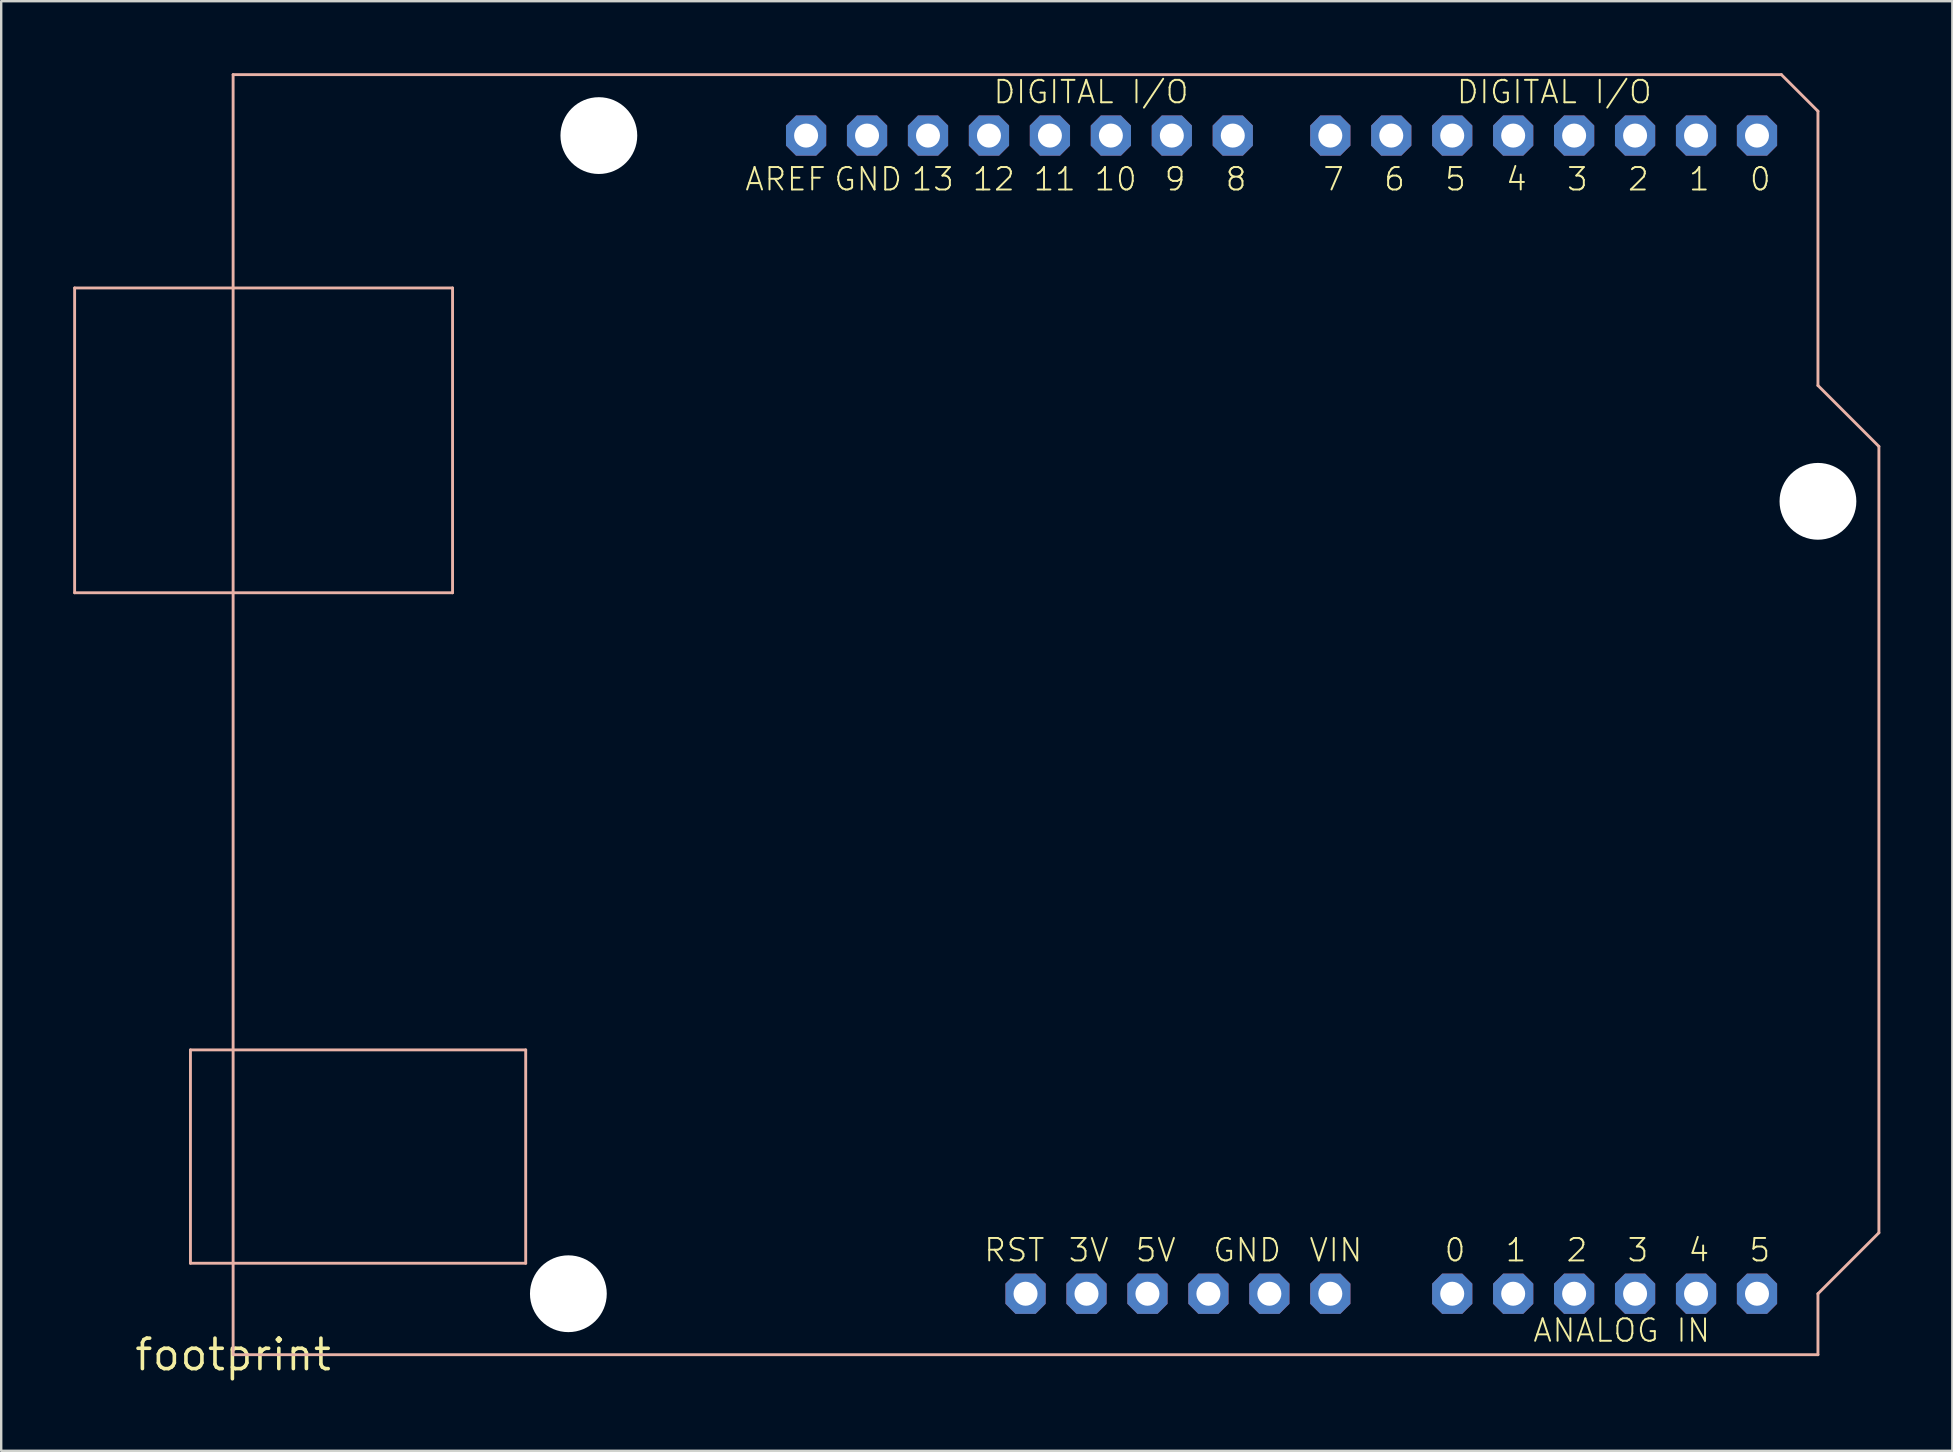
<source format=kicad_pcb>
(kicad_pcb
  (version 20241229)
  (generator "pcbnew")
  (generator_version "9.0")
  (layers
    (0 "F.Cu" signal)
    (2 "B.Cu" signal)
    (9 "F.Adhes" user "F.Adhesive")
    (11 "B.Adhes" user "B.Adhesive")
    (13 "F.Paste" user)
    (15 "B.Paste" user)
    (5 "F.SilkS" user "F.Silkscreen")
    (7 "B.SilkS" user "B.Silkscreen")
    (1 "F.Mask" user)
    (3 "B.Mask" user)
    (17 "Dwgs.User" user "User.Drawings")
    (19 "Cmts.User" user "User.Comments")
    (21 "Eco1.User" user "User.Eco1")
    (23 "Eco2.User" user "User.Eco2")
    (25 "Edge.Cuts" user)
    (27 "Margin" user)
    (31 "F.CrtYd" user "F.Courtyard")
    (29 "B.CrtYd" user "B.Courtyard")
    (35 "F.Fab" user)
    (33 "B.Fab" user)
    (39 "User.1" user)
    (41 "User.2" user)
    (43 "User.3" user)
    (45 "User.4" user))
  (footprint "footprint"
    (layer "F.Cu")
    (at 6.664 53.4)
    (property "Reference" "footprint" (at 0 0 0) (layer "F.SilkS") (effects (font (size 1.27 1.27) (thickness 0.15))))
    (fp_line (start -6.604 -44.45) (end -6.604 -31.75) (stroke (width 0.12) (type solid)) (layer "B.SilkS"))
    (fp_line (start -6.604 -31.75) (end 9.144 -31.75) (stroke (width 0.12) (type solid)) (layer "B.SilkS"))
    (fp_line (start -1.778 -12.7) (end -1.778 -3.81) (stroke (width 0.12) (type solid)) (layer "B.SilkS"))
    (fp_line (start -1.778 -3.81) (end 12.192 -3.81) (stroke (width 0.12) (type solid)) (layer "B.SilkS"))
    (fp_line (start 0 -53.34) (end 0 0) (stroke (width 0.12) (type solid)) (layer "B.SilkS"))
    (fp_line (start 0 0) (end 66.04 0) (stroke (width 0.12) (type solid)) (layer "B.SilkS"))
    (fp_line (start 9.144 -44.45) (end -6.604 -44.45) (stroke (width 0.12) (type solid)) (layer "B.SilkS"))
    (fp_line (start 9.144 -31.75) (end 9.144 -44.45) (stroke (width 0.12) (type solid)) (layer "B.SilkS"))
    (fp_line (start 12.192 -12.7) (end -1.778 -12.7) (stroke (width 0.12) (type solid)) (layer "B.SilkS"))
    (fp_line (start 12.192 -3.81) (end 12.192 -12.7) (stroke (width 0.12) (type solid)) (layer "B.SilkS"))
    (fp_line (start 64.516 -53.34) (end 0 -53.34) (stroke (width 0.12) (type solid)) (layer "B.SilkS"))
    (fp_line (start 66.04 -51.816) (end 64.516 -53.34) (stroke (width 0.12) (type solid)) (layer "B.SilkS"))
    (fp_line (start 66.04 -40.386) (end 66.04 -51.816) (stroke (width 0.12) (type solid)) (layer "B.SilkS"))
    (fp_line (start 66.04 -2.54) (end 68.58 -5.08) (stroke (width 0.12) (type solid)) (layer "B.SilkS"))
    (fp_line (start 66.04 0) (end 66.04 -2.54) (stroke (width 0.12) (type solid)) (layer "B.SilkS"))
    (fp_line (start 68.58 -37.846) (end 66.04 -40.386) (stroke (width 0.12) (type solid)) (layer "B.SilkS"))
    (fp_line (start 68.58 -5.08) (end 68.58 -37.846) (stroke (width 0.12) (type solid)) (layer "B.SilkS"))
    (fp_text user "VIN" (at 44.785 -3.81 0) (layer "F.SilkS") (effects (font (size 0.935 0.935) (thickness 0.081)) (justify left bottom)))
    (fp_text user "0" (at 50.419 -3.81 0) (layer "F.SilkS") (effects (font (size 0.935 0.935) (thickness 0.081)) (justify left bottom)))
    (fp_text user "AREF" (at 24.765 -49.53 0) (layer "F.SilkS") (effects (font (size 0.935 0.935) (thickness 0.081)) (justify right top)))
    (fp_text user "2" (at 59.055 -49.53 0) (layer "F.SilkS") (effects (font (size 0.935 0.935) (thickness 0.081)) (justify right top)))
    (fp_text user "0" (at 64.135 -49.53 0) (layer "F.SilkS") (effects (font (size 0.935 0.935) (thickness 0.081)) (justify right top)))
    (fp_text user "GND" (at 27.94 -49.53 0) (layer "F.SilkS") (effects (font (size 0.935 0.935) (thickness 0.081)) (justify right top)))
    (fp_text user "3" (at 58.039 -3.81 0) (layer "F.SilkS") (effects (font (size 0.935 0.935) (thickness 0.081)) (justify left bottom)))
    (fp_text user "1" (at 61.595 -49.53 0) (layer "F.SilkS") (effects (font (size 0.935 0.935) (thickness 0.081)) (justify right top)))
    (fp_text user "DIGITAL I/O" (at 50.927 -52.07 0) (layer "F.SilkS") (effects (font (size 0.935 0.935) (thickness 0.081)) (justify left bottom)))
    (fp_text user "3" (at 56.515 -49.53 0) (layer "F.SilkS") (effects (font (size 0.935 0.935) (thickness 0.081)) (justify right top)))
    (fp_text user "DIGITAL I/O" (at 31.623 -52.07 0) (layer "F.SilkS") (effects (font (size 0.935 0.935) (thickness 0.081)) (justify left bottom)))
    (fp_text user "8" (at 42.291 -49.53 0) (layer "F.SilkS") (effects (font (size 0.935 0.935) (thickness 0.081)) (justify right top)))
    (fp_text user "5" (at 51.435 -49.53 0) (layer "F.SilkS") (effects (font (size 0.935 0.935) (thickness 0.081)) (justify right top)))
    (fp_text user "5" (at 63.119 -3.81 0) (layer "F.SilkS") (effects (font (size 0.935 0.935) (thickness 0.081)) (justify left bottom)))
    (fp_text user "9" (at 39.751 -49.53 0) (layer "F.SilkS") (effects (font (size 0.935 0.935) (thickness 0.081)) (justify right top)))
    (fp_text user "4" (at 60.579 -3.81 0) (layer "F.SilkS") (effects (font (size 0.935 0.935) (thickness 0.081)) (justify left bottom)))
    (fp_text user "5V" (at 37.546 -3.81 0) (layer "F.SilkS") (effects (font (size 0.935 0.935) (thickness 0.081)) (justify left bottom)))
    (fp_text user "RST" (at 31.232 -3.81 0) (layer "F.SilkS") (effects (font (size 0.935 0.935) (thickness 0.081)) (justify left bottom)))
    (fp_text user "6" (at 48.895 -49.53 0) (layer "F.SilkS") (effects (font (size 0.935 0.935) (thickness 0.081)) (justify right top)))
    (fp_text user "4" (at 53.975 -49.53 0) (layer "F.SilkS") (effects (font (size 0.935 0.935) (thickness 0.081)) (justify right top)))
    (fp_text user "11" (at 35.179 -49.53 0) (layer "F.SilkS") (effects (font (size 0.935 0.935) (thickness 0.081)) (justify right top)))
    (fp_text user "3V" (at 34.752 -3.81 0) (layer "F.SilkS") (effects (font (size 0.935 0.935) (thickness 0.081)) (justify left bottom)))
    (fp_text user "ANALOG IN" (at 54.112 -0.462 0) (layer "F.SilkS") (effects (font (size 0.935 0.935) (thickness 0.081)) (justify left bottom)))
    (fp_text user "12" (at 32.639 -49.53 0) (layer "F.SilkS") (effects (font (size 0.935 0.935) (thickness 0.081)) (justify right top)))
    (fp_text user "2" (at 55.499 -3.81 0) (layer "F.SilkS") (effects (font (size 0.935 0.935) (thickness 0.081)) (justify left bottom)))
    (fp_text user "1" (at 52.959 -3.81 0) (layer "F.SilkS") (effects (font (size 0.935 0.935) (thickness 0.081)) (justify left bottom)))
    (fp_text user "10" (at 37.719 -49.53 0) (layer "F.SilkS") (effects (font (size 0.935 0.935) (thickness 0.081)) (justify right top)))
    (fp_text user "7" (at 46.355 -49.53 0) (layer "F.SilkS") (effects (font (size 0.935 0.935) (thickness 0.081)) (justify right top)))
    (fp_text user "GND" (at 40.777 -3.81 0) (layer "F.SilkS") (effects (font (size 0.935 0.935) (thickness 0.081)) (justify left bottom)))
    (fp_text user "13" (at 30.099 -49.53 0) (layer "F.SilkS") (effects (font (size 0.935 0.935) (thickness 0.081)) (justify right top)))
    (pad "" np_thru_hole circle (at 13.97 -2.54) (size 3.2 3.2) (drill 3.2) (layers "*.Cu" "*.Mask"))
    (pad "" np_thru_hole circle (at 15.24 -50.8) (size 3.2 3.2) (drill 3.2) (layers "*.Cu" "*.Mask"))
    (pad "" np_thru_hole circle (at 66.04 -35.56) (size 3.2 3.2) (drill 3.2) (layers "*.Cu" "*.Mask"))
    (pad "3V" thru_hole roundrect (at 35.56 -2.54) (size 1.676 1.676) (drill 1) (layers "*.Cu" "*.Mask") (roundrect_rratio 0.25) (chamfer_ratio 0.25) (chamfer top_left top_right bottom_left bottom_right))
    (pad "5V" thru_hole roundrect (at 38.1 -2.54) (size 1.676 1.676) (drill 1) (layers "*.Cu" "*.Mask") (roundrect_rratio 0.25) (chamfer_ratio 0.25) (chamfer top_left top_right bottom_left bottom_right))
    (pad "A0" thru_hole roundrect (at 50.8 -2.54) (size 1.676 1.676) (drill 1) (layers "*.Cu" "*.Mask") (roundrect_rratio 0.25) (chamfer_ratio 0.25) (chamfer top_left top_right bottom_left bottom_right))
    (pad "A1" thru_hole roundrect (at 53.34 -2.54) (size 1.676 1.676) (drill 1) (layers "*.Cu" "*.Mask") (roundrect_rratio 0.25) (chamfer_ratio 0.25) (chamfer top_left top_right bottom_left bottom_right))
    (pad "A2" thru_hole roundrect (at 55.88 -2.54) (size 1.676 1.676) (drill 1) (layers "*.Cu" "*.Mask") (roundrect_rratio 0.25) (chamfer_ratio 0.25) (chamfer top_left top_right bottom_left bottom_right))
    (pad "A3" thru_hole roundrect (at 58.42 -2.54) (size 1.676 1.676) (drill 1) (layers "*.Cu" "*.Mask") (roundrect_rratio 0.25) (chamfer_ratio 0.25) (chamfer top_left top_right bottom_left bottom_right))
    (pad "A4" thru_hole roundrect (at 60.96 -2.54) (size 1.676 1.676) (drill 1) (layers "*.Cu" "*.Mask") (roundrect_rratio 0.25) (chamfer_ratio 0.25) (chamfer top_left top_right bottom_left bottom_right))
    (pad "A5" thru_hole roundrect (at 63.5 -2.54) (size 1.676 1.676) (drill 1) (layers "*.Cu" "*.Mask") (roundrect_rratio 0.25) (chamfer_ratio 0.25) (chamfer top_left top_right bottom_left bottom_right))
    (pad "AREF" thru_hole roundrect (at 23.876 -50.8) (size 1.676 1.676) (drill 1) (layers "*.Cu" "*.Mask") (roundrect_rratio 0.25) (chamfer_ratio 0.25) (chamfer top_left top_right bottom_left bottom_right))
    (pad "D0" thru_hole roundrect (at 63.5 -50.8) (size 1.676 1.676) (drill 1) (layers "*.Cu" "*.Mask") (roundrect_rratio 0.25) (chamfer_ratio 0.25) (chamfer top_left top_right bottom_left bottom_right))
    (pad "D1" thru_hole roundrect (at 60.96 -50.8) (size 1.676 1.676) (drill 1) (layers "*.Cu" "*.Mask") (roundrect_rratio 0.25) (chamfer_ratio 0.25) (chamfer top_left top_right bottom_left bottom_right))
    (pad "D2" thru_hole roundrect (at 58.42 -50.8) (size 1.676 1.676) (drill 1) (layers "*.Cu" "*.Mask") (roundrect_rratio 0.25) (chamfer_ratio 0.25) (chamfer top_left top_right bottom_left bottom_right))
    (pad "D3" thru_hole roundrect (at 55.88 -50.8) (size 1.676 1.676) (drill 1) (layers "*.Cu" "*.Mask") (roundrect_rratio 0.25) (chamfer_ratio 0.25) (chamfer top_left top_right bottom_left bottom_right))
    (pad "D4" thru_hole roundrect (at 53.34 -50.8) (size 1.676 1.676) (drill 1) (layers "*.Cu" "*.Mask") (roundrect_rratio 0.25) (chamfer_ratio 0.25) (chamfer top_left top_right bottom_left bottom_right))
    (pad "D5" thru_hole roundrect (at 50.8 -50.8) (size 1.676 1.676) (drill 1) (layers "*.Cu" "*.Mask") (roundrect_rratio 0.25) (chamfer_ratio 0.25) (chamfer top_left top_right bottom_left bottom_right))
    (pad "D6" thru_hole roundrect (at 48.26 -50.8) (size 1.676 1.676) (drill 1) (layers "*.Cu" "*.Mask") (roundrect_rratio 0.25) (chamfer_ratio 0.25) (chamfer top_left top_right bottom_left bottom_right))
    (pad "D7" thru_hole roundrect (at 45.72 -50.8) (size 1.676 1.676) (drill 1) (layers "*.Cu" "*.Mask") (roundrect_rratio 0.25) (chamfer_ratio 0.25) (chamfer top_left top_right bottom_left bottom_right))
    (pad "D8" thru_hole roundrect (at 41.656 -50.8) (size 1.676 1.676) (drill 1) (layers "*.Cu" "*.Mask") (roundrect_rratio 0.25) (chamfer_ratio 0.25) (chamfer top_left top_right bottom_left bottom_right))
    (pad "D9" thru_hole roundrect (at 39.116 -50.8) (size 1.676 1.676) (drill 1) (layers "*.Cu" "*.Mask") (roundrect_rratio 0.25) (chamfer_ratio 0.25) (chamfer top_left top_right bottom_left bottom_right))
    (pad "D10" thru_hole roundrect (at 36.576 -50.8) (size 1.676 1.676) (drill 1) (layers "*.Cu" "*.Mask") (roundrect_rratio 0.25) (chamfer_ratio 0.25) (chamfer top_left top_right bottom_left bottom_right))
    (pad "D11" thru_hole roundrect (at 34.036 -50.8) (size 1.676 1.676) (drill 1) (layers "*.Cu" "*.Mask") (roundrect_rratio 0.25) (chamfer_ratio 0.25) (chamfer top_left top_right bottom_left bottom_right))
    (pad "D12" thru_hole roundrect (at 31.496 -50.8) (size 1.676 1.676) (drill 1) (layers "*.Cu" "*.Mask") (roundrect_rratio 0.25) (chamfer_ratio 0.25) (chamfer top_left top_right bottom_left bottom_right))
    (pad "D13" thru_hole roundrect (at 28.956 -50.8) (size 1.676 1.676) (drill 1) (layers "*.Cu" "*.Mask") (roundrect_rratio 0.25) (chamfer_ratio 0.25) (chamfer top_left top_right bottom_left bottom_right))
    (pad "GND" thru_hole roundrect (at 26.416 -50.8) (size 1.676 1.676) (drill 1) (layers "*.Cu" "*.Mask") (roundrect_rratio 0.25) (chamfer_ratio 0.25) (chamfer top_left top_right bottom_left bottom_right))
    (pad "GND1" thru_hole roundrect (at 43.18 -2.54) (size 1.676 1.676) (drill 1) (layers "*.Cu" "*.Mask") (roundrect_rratio 0.25) (chamfer_ratio 0.25) (chamfer top_left top_right bottom_left bottom_right))
    (pad "GND2" thru_hole roundrect (at 40.64 -2.54) (size 1.676 1.676) (drill 1) (layers "*.Cu" "*.Mask") (roundrect_rratio 0.25) (chamfer_ratio 0.25) (chamfer top_left top_right bottom_left bottom_right))
    (pad "RESET" thru_hole roundrect (at 33.02 -2.54) (size 1.676 1.676) (drill 1) (layers "*.Cu" "*.Mask") (roundrect_rratio 0.25) (chamfer_ratio 0.25) (chamfer top_left top_right bottom_left bottom_right))
    (pad "VIN" thru_hole roundrect (at 45.72 -2.54) (size 1.676 1.676) (drill 1) (layers "*.Cu" "*.Mask") (roundrect_rratio 0.25) (chamfer_ratio 0.25) (chamfer top_left top_right bottom_left bottom_right)))
  (gr_rect
    (start -3 -3)
    (end 78.304 57.406)
    (stroke (width 0.1) (type default))
    (fill no)
    (layer "Edge.Cuts")))
</source>
